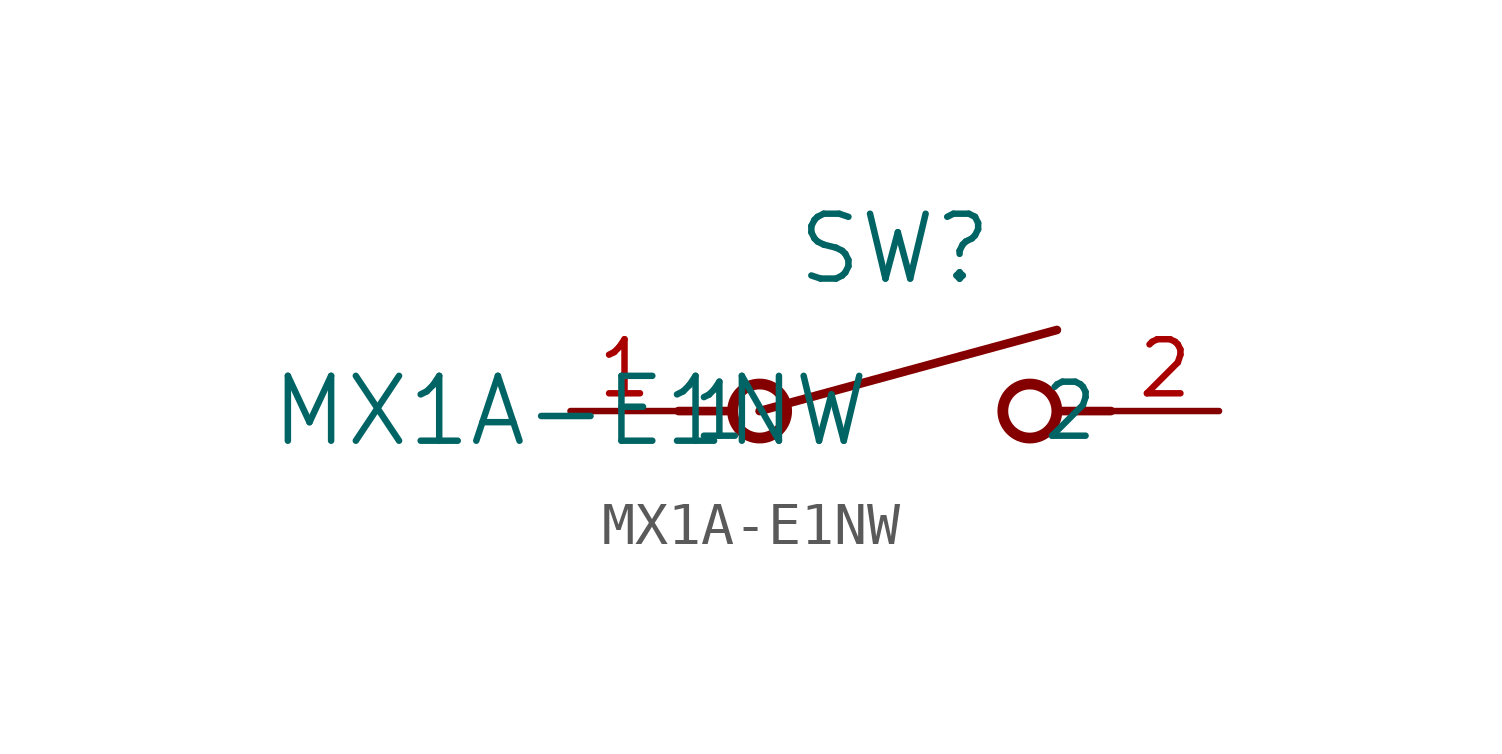
<source format=kicad_sym>
(kicad_symbol_lib
  (version 20211014)
  (generator kicad_symbol_editor)
  (symbol "MX1A-E1NW"
    (pin_names
      (offset 0.254))
    (property "Reference" "SW"
      (at 7.62 3.81 0)
      (effects (font (size 1.524 1.524))))
    (property "Value" "MX1A-E1NW"
      (at 0 0 0)
      (effects (font (size 1.524 1.524))))
    (symbol "MX1A-E1NW_0_1"
      (polyline (pts (xy 2.54 0) (xy 3.81 0)) (stroke (width 0.203) (type default) (color 0 0 0 0)) (fill (type none)))
      (circle (center 10.795 0) (radius 0.635) (stroke (width 0.254) (type default) (color 0 0 0 0)) (fill (type none)))
      (circle (center 4.445 0) (radius 0.635) (stroke (width 0.254) (type default) (color 0 0 0 0)) (fill (type none)))
      (polyline (pts (xy 12.7 0) (xy 11.43 0)) (stroke (width 0.203) (type default) (color 0 0 0 0)) (fill (type none)))
      (polyline (pts (xy 4.445 0) (xy 11.43 1.905)) (stroke (width 0.203) (type default) (color 0 0 0 0)) (fill (type none)))
      (pin unspecified line (at 0 0 0) (length 2.54) (name "1" (effects (font (size 1.27 1.27)))) (number "1" (effects (font (size 1.27 1.27)))))
      (pin unspecified line (at 15.24 0 180) (length 2.54) (name "2" (effects (font (size 1.27 1.27)))) (number "2" (effects (font (size 1.27 1.27))))))))
</source>
